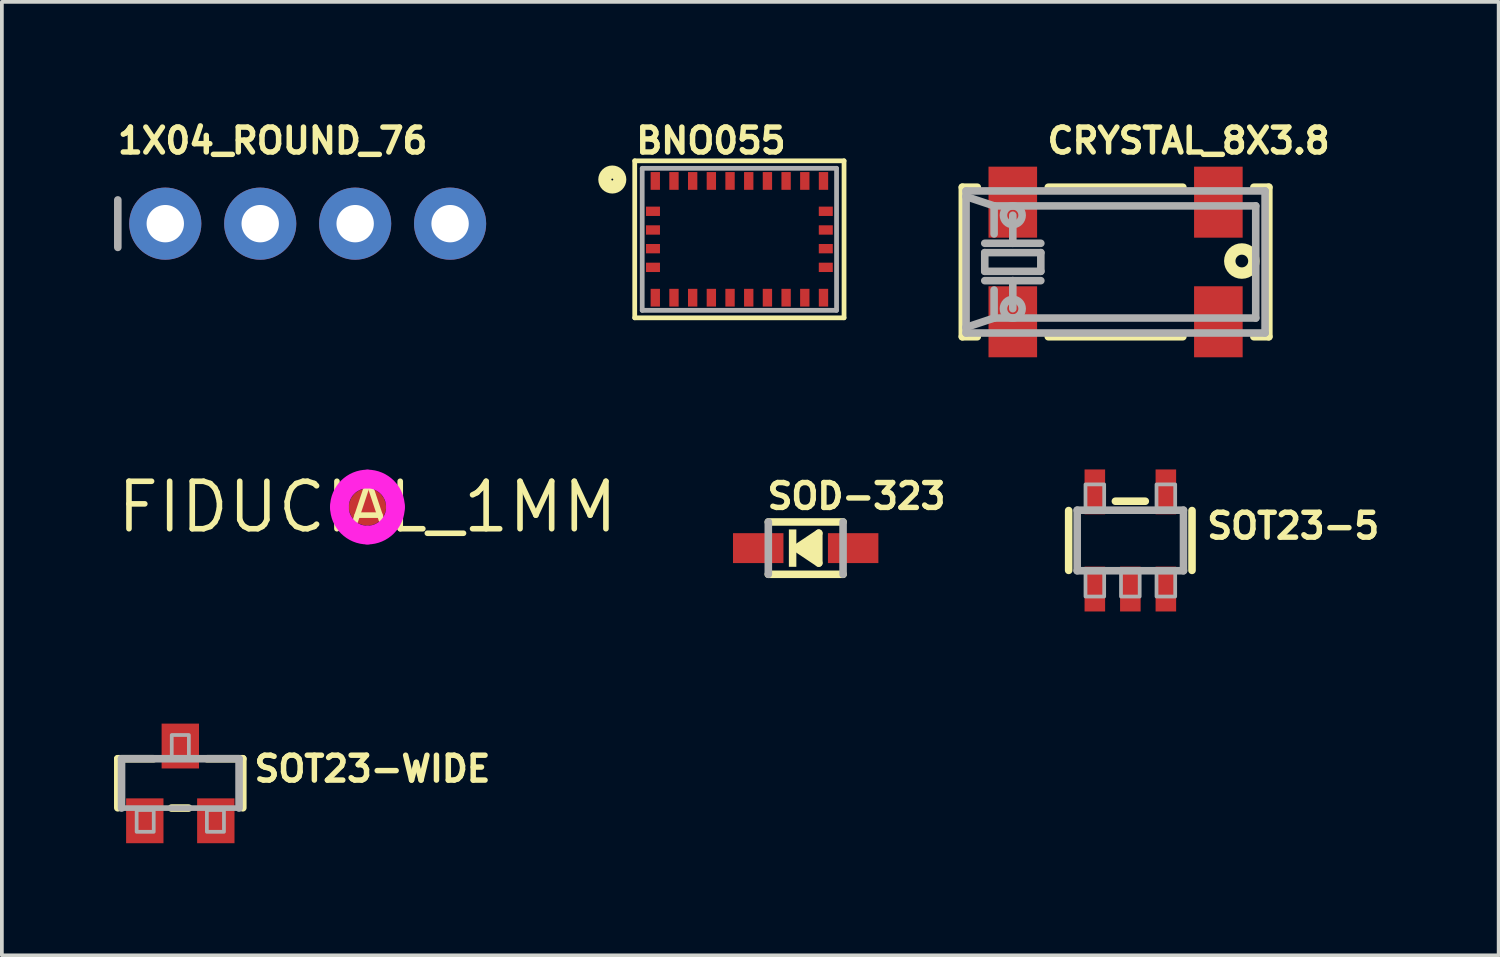
<source format=kicad_pcb>
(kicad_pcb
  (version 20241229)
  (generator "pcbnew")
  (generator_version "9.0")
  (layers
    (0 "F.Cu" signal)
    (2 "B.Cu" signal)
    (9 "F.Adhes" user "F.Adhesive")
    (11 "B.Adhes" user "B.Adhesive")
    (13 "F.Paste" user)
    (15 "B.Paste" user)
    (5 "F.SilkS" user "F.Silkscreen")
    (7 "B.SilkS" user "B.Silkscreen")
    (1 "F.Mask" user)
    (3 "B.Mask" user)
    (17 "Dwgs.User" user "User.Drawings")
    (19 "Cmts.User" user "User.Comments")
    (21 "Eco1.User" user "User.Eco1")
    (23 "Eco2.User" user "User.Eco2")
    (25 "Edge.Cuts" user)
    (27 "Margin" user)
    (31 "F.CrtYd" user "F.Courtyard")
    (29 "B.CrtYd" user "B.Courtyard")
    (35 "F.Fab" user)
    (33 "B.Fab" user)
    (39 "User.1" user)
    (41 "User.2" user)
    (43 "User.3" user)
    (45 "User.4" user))
  (footprint "BNO055"
    (layer "F.Cu")
    (at 16.732 3.353)
    (property "Reference" "BNO055" (at -2.84 -2.248 0) (layer "F.SilkS") (effects (font (size 0.666 0.666) (thickness 0.146)) (justify left bottom)))
    (fp_line (start -2.8 -2.1) (end 2.8 -2.1) (stroke (width 0.127) (type solid)) (layer "F.SilkS"))
    (fp_line (start -2.8 2.1) (end -2.8 -2.1) (stroke (width 0.127) (type solid)) (layer "F.SilkS"))
    (fp_line (start 2.8 -2.1) (end 2.8 2.1) (stroke (width 0.127) (type solid)) (layer "F.SilkS"))
    (fp_line (start 2.8 2.1) (end -2.8 2.1) (stroke (width 0.127) (type solid)) (layer "F.SilkS"))
    (fp_circle (center -3.4 -1.6) (end -3.2 -1.6) (stroke (width 0.35) (type solid)) (fill no) (layer "F.SilkS"))
    (fp_line (start -2.6 -1.9) (end 2.6 -1.9) (stroke (width 0.127) (type solid)) (layer "F.Fab"))
    (fp_line (start -2.6 1.9) (end -2.6 -1.9) (stroke (width 0.127) (type solid)) (layer "F.Fab"))
    (fp_line (start 2.6 -1.9) (end 2.6 1.9) (stroke (width 0.127) (type solid)) (layer "F.Fab"))
    (fp_line (start 2.6 1.9) (end -2.6 1.9) (stroke (width 0.127) (type solid)) (layer "F.Fab"))
    (pad "1" smd rect (at -2.25 -1.562) (size 0.25 0.475) (layers "F.Cu" "F.Mask" "F.Paste"))
    (pad "2" smd rect (at -2.312 -0.75) (size 0.375 0.25) (layers "F.Cu" "F.Mask" "F.Paste"))
    (pad "3" smd rect (at -2.312 -0.25) (size 0.375 0.25) (layers "F.Cu" "F.Mask" "F.Paste"))
    (pad "4" smd rect (at -2.312 0.25) (size 0.375 0.25) (layers "F.Cu" "F.Mask" "F.Paste"))
    (pad "5" smd rect (at -2.312 0.75) (size 0.375 0.25) (layers "F.Cu" "F.Mask" "F.Paste"))
    (pad "6" smd rect (at -2.25 1.562) (size 0.25 0.475) (layers "F.Cu" "F.Mask" "F.Paste"))
    (pad "7" smd rect (at -1.75 1.562) (size 0.25 0.475) (layers "F.Cu" "F.Mask" "F.Paste"))
    (pad "8" smd rect (at -1.25 1.562) (size 0.25 0.475) (layers "F.Cu" "F.Mask" "F.Paste"))
    (pad "9" smd rect (at -0.75 1.562) (size 0.25 0.475) (layers "F.Cu" "F.Mask" "F.Paste"))
    (pad "10" smd rect (at -0.25 1.562) (size 0.25 0.475) (layers "F.Cu" "F.Mask" "F.Paste"))
    (pad "11" smd rect (at 0.25 1.562) (size 0.25 0.475) (layers "F.Cu" "F.Mask" "F.Paste"))
    (pad "12" smd rect (at 0.75 1.562) (size 0.25 0.475) (layers "F.Cu" "F.Mask" "F.Paste"))
    (pad "13" smd rect (at 1.25 1.562) (size 0.25 0.475) (layers "F.Cu" "F.Mask" "F.Paste"))
    (pad "14" smd rect (at 1.75 1.562) (size 0.25 0.475) (layers "F.Cu" "F.Mask" "F.Paste"))
    (pad "15" smd rect (at 2.25 1.562) (size 0.25 0.475) (layers "F.Cu" "F.Mask" "F.Paste"))
    (pad "16" smd rect (at 2.312 0.75) (size 0.375 0.25) (layers "F.Cu" "F.Mask" "F.Paste"))
    (pad "17" smd rect (at 2.312 0.25) (size 0.375 0.25) (layers "F.Cu" "F.Mask" "F.Paste"))
    (pad "18" smd rect (at 2.312 -0.25) (size 0.375 0.25) (layers "F.Cu" "F.Mask" "F.Paste"))
    (pad "19" smd rect (at 2.312 -0.75) (size 0.375 0.25) (layers "F.Cu" "F.Mask" "F.Paste"))
    (pad "20" smd rect (at 2.25 -1.562) (size 0.25 0.475) (layers "F.Cu" "F.Mask" "F.Paste"))
    (pad "21" smd rect (at 1.75 -1.562) (size 0.25 0.475) (layers "F.Cu" "F.Mask" "F.Paste"))
    (pad "22" smd rect (at 1.25 -1.562) (size 0.25 0.475) (layers "F.Cu" "F.Mask" "F.Paste"))
    (pad "23" smd rect (at 0.75 -1.562) (size 0.25 0.475) (layers "F.Cu" "F.Mask" "F.Paste"))
    (pad "24" smd rect (at 0.25 -1.562) (size 0.25 0.475) (layers "F.Cu" "F.Mask" "F.Paste"))
    (pad "25" smd rect (at -0.25 -1.562) (size 0.25 0.475) (layers "F.Cu" "F.Mask" "F.Paste"))
    (pad "26" smd rect (at -0.75 -1.562) (size 0.25 0.475) (layers "F.Cu" "F.Mask" "F.Paste"))
    (pad "27" smd rect (at -1.25 -1.562) (size 0.25 0.475) (layers "F.Cu" "F.Mask" "F.Paste"))
    (pad "28" smd rect (at -1.75 -1.562) (size 0.25 0.475) (layers "F.Cu" "F.Mask" "F.Paste")))
  (footprint "SOT23-WIDE"
    (layer "F.Cu")
    (at 1.774 17.91)
    (property "Reference" "SOT23-WIDE" (at 1.905 0 0) (layer "F.SilkS") (effects (font (size 0.666 0.666) (thickness 0.146)) (justify left bottom)))
    (fp_line (start -1.672 -0.66) (end -0.714 -0.66) (stroke (width 0.203) (type solid)) (layer "F.SilkS"))
    (fp_line (start -1.672 0.652) (end -1.672 -0.66) (stroke (width 0.203) (type solid)) (layer "F.SilkS"))
    (fp_line (start 0.222 0.66) (end -0.236 0.66) (stroke (width 0.203) (type solid)) (layer "F.SilkS"))
    (fp_line (start 0.714 -0.66) (end 1.672 -0.66) (stroke (width 0.203) (type solid)) (layer "F.SilkS"))
    (fp_line (start 1.672 -0.66) (end 1.672 0.652) (stroke (width 0.203) (type solid)) (layer "F.SilkS"))
    (fp_line (start -1.572 -0.66) (end 1.572 -0.66) (stroke (width 0.203) (type solid)) (layer "F.Fab"))
    (fp_line (start -1.572 0.66) (end -1.572 -0.66) (stroke (width 0.203) (type solid)) (layer "F.Fab"))
    (fp_line (start 1.572 -0.66) (end 1.572 0.66) (stroke (width 0.203) (type solid)) (layer "F.Fab"))
    (fp_line (start 1.572 0.66) (end -1.572 0.66) (stroke (width 0.152) (type solid)) (layer "F.Fab"))
    (fp_poly (pts (xy -1.168 1.295) (xy -0.711 1.295) (xy -0.711 0.711) (xy -1.168 0.711)) (stroke (width 0.1) (type solid)) (fill no) (layer "F.Fab"))
    (fp_poly (pts (xy -0.229 -0.711) (xy 0.229 -0.711) (xy 0.229 -1.295) (xy -0.229 -1.295)) (stroke (width 0.1) (type solid)) (fill no) (layer "F.Fab"))
    (fp_poly (pts (xy 0.711 1.295) (xy 1.168 1.295) (xy 1.168 0.711) (xy 0.711 0.711)) (stroke (width 0.1) (type solid)) (fill no) (layer "F.Fab"))
    (pad "1" smd rect (at -0.95 1) (size 1 1.2) (layers "F.Cu" "F.Mask" "F.Paste"))
    (pad "2" smd rect (at 0.95 1) (size 1 1.2) (layers "F.Cu" "F.Mask" "F.Paste"))
    (pad "3" smd rect (at 0 -1) (size 1 1.2) (layers "F.Cu" "F.Mask" "F.Paste")))
  (footprint "SOT23-5"
    (layer "F.Cu")
    (at 27.192 11.41)
    (property "Reference" "SOT23-5" (at 1.978 0 0) (layer "F.SilkS") (effects (font (size 0.666 0.666) (thickness 0.146)) (justify left bottom)))
    (fp_line (start -1.65 -0.8) (end -1.65 0.8) (stroke (width 0.203) (type solid)) (layer "F.SilkS"))
    (fp_line (start -0.4 -1.05) (end 0.4 -1.05) (stroke (width 0.203) (type solid)) (layer "F.SilkS"))
    (fp_line (start 1.65 -0.8) (end 1.65 0.8) (stroke (width 0.203) (type solid)) (layer "F.SilkS"))
    (fp_line (start -1.422 -0.81) (end 1.422 -0.81) (stroke (width 0.203) (type solid)) (layer "F.Fab"))
    (fp_line (start -1.422 0.81) (end -1.422 -0.81) (stroke (width 0.203) (type solid)) (layer "F.Fab"))
    (fp_line (start 1.422 -0.81) (end 1.422 0.81) (stroke (width 0.203) (type solid)) (layer "F.Fab"))
    (fp_line (start 1.422 0.81) (end -1.422 0.81) (stroke (width 0.203) (type solid)) (layer "F.Fab"))
    (fp_poly (pts (xy -1.2 -0.85) (xy -0.7 -0.85) (xy -0.7 -1.5) (xy -1.2 -1.5)) (stroke (width 0.1) (type solid)) (fill no) (layer "F.Fab"))
    (fp_poly (pts (xy -1.2 1.5) (xy -0.7 1.5) (xy -0.7 0.85) (xy -1.2 0.85)) (stroke (width 0.1) (type solid)) (fill no) (layer "F.Fab"))
    (fp_poly (pts (xy -0.25 1.5) (xy 0.25 1.5) (xy 0.25 0.85) (xy -0.25 0.85)) (stroke (width 0.1) (type solid)) (fill no) (layer "F.Fab"))
    (fp_poly (pts (xy 0.7 -0.85) (xy 1.2 -0.85) (xy 1.2 -1.5) (xy 0.7 -1.5)) (stroke (width 0.1) (type solid)) (fill no) (layer "F.Fab"))
    (fp_poly (pts (xy 0.7 1.5) (xy 1.2 1.5) (xy 1.2 0.85) (xy 0.7 0.85)) (stroke (width 0.1) (type solid)) (fill no) (layer "F.Fab"))
    (pad "1" smd rect (at -0.95 1.3) (size 0.55 1.2) (layers "F.Cu" "F.Mask" "F.Paste"))
    (pad "2" smd rect (at 0 1.3) (size 0.55 1.2) (layers "F.Cu" "F.Mask" "F.Paste"))
    (pad "3" smd rect (at 0.95 1.3) (size 0.55 1.2) (layers "F.Cu" "F.Mask" "F.Paste"))
    (pad "4" smd rect (at 0.95 -1.3) (size 0.55 1.2) (layers "F.Cu" "F.Mask" "F.Paste"))
    (pad "5" smd rect (at -0.95 -1.3) (size 0.55 1.2) (layers "F.Cu" "F.Mask" "F.Paste")))
  (footprint "CRYSTAL_8X3.8"
    (layer "F.Cu")
    (at 26.797 3.959)
    (property "Reference" "CRYSTAL_8X3.8" (at -1.9 -2.854 0) (layer "F.SilkS") (effects (font (size 0.666 0.666) (thickness 0.146)) (justify left bottom)))
    (fp_line (start -4.1 -2) (end -4.1 2) (stroke (width 0.203) (type solid)) (layer "F.SilkS"))
    (fp_line (start -4.1 2) (end -3.7 2) (stroke (width 0.203) (type solid)) (layer "F.SilkS"))
    (fp_line (start -3.7 -2) (end -4.1 -2) (stroke (width 0.203) (type solid)) (layer "F.SilkS"))
    (fp_line (start -1.8 -2) (end 1.8 -2) (stroke (width 0.203) (type solid)) (layer "F.SilkS"))
    (fp_line (start -1.8 2) (end 1.8 2) (stroke (width 0.203) (type solid)) (layer "F.SilkS"))
    (fp_line (start 3.7 -2) (end 4.1 -2) (stroke (width 0.203) (type solid)) (layer "F.SilkS"))
    (fp_line (start 4.1 -2) (end 4.1 2) (stroke (width 0.203) (type solid)) (layer "F.SilkS"))
    (fp_line (start 4.1 2) (end 3.7 2) (stroke (width 0.203) (type solid)) (layer "F.SilkS"))
    (fp_circle (center 3.378 -0.025) (end 3.701 -0.025) (stroke (width 0.305) (type solid)) (fill no) (layer "F.SilkS"))
    (fp_line (start -4 -1.9) (end 4 -1.9) (stroke (width 0.203) (type solid)) (layer "F.Fab"))
    (fp_line (start -4 -1.75) (end -4 -1.9) (stroke (width 0.203) (type solid)) (layer "F.Fab"))
    (fp_line (start -4 -1.75) (end -3.25 -1.5) (stroke (width 0.203) (type solid)) (layer "F.Fab"))
    (fp_line (start -4 1.75) (end -4 -1.75) (stroke (width 0.203) (type solid)) (layer "F.Fab"))
    (fp_line (start -4 1.75) (end -3.25 1.5) (stroke (width 0.203) (type solid)) (layer "F.Fab"))
    (fp_line (start -4 1.9) (end -4 1.75) (stroke (width 0.203) (type solid)) (layer "F.Fab"))
    (fp_line (start -3.5 -0.5) (end -2.75 -0.5) (stroke (width 0.203) (type solid)) (layer "F.Fab"))
    (fp_line (start -3.5 -0.25) (end -2 -0.25) (stroke (width 0.203) (type solid)) (layer "F.Fab"))
    (fp_line (start -3.5 0.25) (end -3.5 -0.25) (stroke (width 0.203) (type solid)) (layer "F.Fab"))
    (fp_line (start -3.5 0.5) (end -2.75 0.5) (stroke (width 0.203) (type solid)) (layer "F.Fab"))
    (fp_line (start -3.25 -1.5) (end -3.25 -0.75) (stroke (width 0.203) (type solid)) (layer "F.Fab"))
    (fp_line (start -3.25 -1.5) (end 3.75 -1.5) (stroke (width 0.203) (type solid)) (layer "F.Fab"))
    (fp_line (start -3.25 1.5) (end -3.25 0.75) (stroke (width 0.203) (type solid)) (layer "F.Fab"))
    (fp_line (start -2.75 -0.5) (end -2.75 -1.25) (stroke (width 0.203) (type solid)) (layer "F.Fab"))
    (fp_line (start -2.75 -0.5) (end -2 -0.5) (stroke (width 0.203) (type solid)) (layer "F.Fab"))
    (fp_line (start -2.75 0.5) (end -2.75 1.25) (stroke (width 0.203) (type solid)) (layer "F.Fab"))
    (fp_line (start -2.75 0.5) (end -2 0.5) (stroke (width 0.203) (type solid)) (layer "F.Fab"))
    (fp_line (start -2 -0.25) (end -2 0.25) (stroke (width 0.203) (type solid)) (layer "F.Fab"))
    (fp_line (start -2 0.25) (end -3.5 0.25) (stroke (width 0.203) (type solid)) (layer "F.Fab"))
    (fp_line (start 3.75 -1.5) (end 3.75 1.5) (stroke (width 0.203) (type solid)) (layer "F.Fab"))
    (fp_line (start 3.75 1.5) (end -3.25 1.5) (stroke (width 0.203) (type solid)) (layer "F.Fab"))
    (fp_line (start 4 -1.9) (end 4 1.9) (stroke (width 0.203) (type solid)) (layer "F.Fab"))
    (fp_line (start 4 1.9) (end -4 1.9) (stroke (width 0.203) (type solid)) (layer "F.Fab"))
    (fp_circle (center -2.75 -1.25) (end -2.5 -1.25) (stroke (width 0.203) (type solid)) (fill no) (layer "F.Fab"))
    (fp_circle (center -2.75 1.25) (end -2.5 1.25) (stroke (width 0.203) (type solid)) (fill no) (layer "F.Fab"))
    (pad "P$1" smd rect (at -2.75 1.6) (size 1.3 1.9) (layers "F.Cu" "F.Mask" "F.Paste"))
    (pad "P$2" smd rect (at 2.75 1.6) (size 1.3 1.9) (layers "F.Cu" "F.Mask" "F.Paste"))
    (pad "P$3" smd rect (at 2.75 -1.6) (size 1.3 1.9) (layers "F.Cu" "F.Mask" "F.Paste"))
    (pad "P$4" smd rect (at -2.75 -1.6) (size 1.3 1.9) (layers "F.Cu" "F.Mask" "F.Paste")))
  (footprint "FIDUCIAL_1MM"
    (layer "F.Cu")
    (at 6.781 10.516)
    (property "Reference" "FIDUCIAL_1MM" (at 0 0 0) (layer "F.SilkS") (effects (font (size 1.27 1.27) (thickness 0.15))))
    (fp_arc (start -0.75 0) (mid -0.53033 -0.53033) (end 0 -0.75) (stroke (width 0.5) (type solid)) (layer "F.Mask"))
    (fp_arc (start 0 -0.75) (mid 0.53033 -0.53033) (end 0.75 0) (stroke (width 0.5) (type solid)) (layer "F.Mask"))
    (fp_arc (start 0 0.75) (mid -0.53033 0.53033) (end -0.75 0) (stroke (width 0.5) (type solid)) (layer "F.Mask"))
    (fp_arc (start 0.75 0) (mid 0.53033 0.53033) (end 0 0.75) (stroke (width 0.5) (type solid)) (layer "F.Mask"))
    (fp_arc (start -0.75 0) (mid -0.53033 -0.53033) (end 0 -0.75) (stroke (width 0.5) (type solid)) (layer "F.CrtYd"))
    (fp_arc (start 0 -0.75) (mid 0.53033 -0.53033) (end 0.75 0) (stroke (width 0.5) (type solid)) (layer "F.CrtYd"))
    (fp_arc (start 0 0.75) (mid -0.53033 0.53033) (end -0.75 0) (stroke (width 0.5) (type solid)) (layer "F.CrtYd"))
    (fp_arc (start 0.75 0) (mid 0.53033 0.53033) (end 0 0.75) (stroke (width 0.5) (type solid)) (layer "F.CrtYd"))
    (pad "1" smd roundrect (at 0 0) (size 1 1) (layers "F.Cu" "F.Mask") (roundrect_rratio 0.5)))
  (footprint "1X04_ROUND_76"
    (layer "F.Cu")
    (at 5.182 2.934)
    (property "Reference" "1X04_ROUND_76" (at -5.156 -1.829 0) (layer "F.SilkS") (effects (font (size 0.666 0.666) (thickness 0.146)) (justify left bottom)))
    (fp_line (start -5.08 -0.635) (end -5.08 0.635) (stroke (width 0.203) (type solid)) (layer "F.Fab"))
    (fp_poly (pts (xy -4.064 0.254) (xy -3.556 0.254) (xy -3.556 -0.254) (xy -4.064 -0.254)) (stroke (width 0.1) (type solid)) (fill no) (layer "F.Fab"))
    (fp_poly (pts (xy -1.524 0.254) (xy -1.016 0.254) (xy -1.016 -0.254) (xy -1.524 -0.254)) (stroke (width 0.1) (type solid)) (fill no) (layer "F.Fab"))
    (fp_poly (pts (xy 1.016 0.254) (xy 1.524 0.254) (xy 1.524 -0.254) (xy 1.016 -0.254)) (stroke (width 0.1) (type solid)) (fill no) (layer "F.Fab"))
    (fp_poly (pts (xy 3.556 0.254) (xy 4.064 0.254) (xy 4.064 -0.254) (xy 3.556 -0.254)) (stroke (width 0.1) (type solid)) (fill no) (layer "F.Fab"))
    (pad "1" thru_hole circle (at -3.81 0 90) (size 1.93 1.93) (drill 1) (layers "*.Cu" "*.Mask"))
    (pad "2" thru_hole circle (at -1.27 0 90) (size 1.93 1.93) (drill 1) (layers "*.Cu" "*.Mask"))
    (pad "3" thru_hole circle (at 1.27 0 90) (size 1.93 1.93) (drill 1) (layers "*.Cu" "*.Mask"))
    (pad "4" thru_hole circle (at 3.81 0 90) (size 1.93 1.93) (drill 1) (layers "*.Cu" "*.Mask")))
  (footprint "SOD-323"
    (layer "F.Cu")
    (at 18.506 11.615)
    (property "Reference" "SOD-323" (at -1.1 -1 0) (layer "F.SilkS") (effects (font (size 0.666 0.666) (thickness 0.146)) (justify left bottom)))
    (fp_line (start -1 -0.7) (end 1 -0.7) (stroke (width 0.203) (type solid)) (layer "F.SilkS"))
    (fp_line (start -0.25 0) (end 0.35 -0.4) (stroke (width 0.203) (type solid)) (layer "F.SilkS"))
    (fp_line (start 0.35 -0.4) (end 0.35 0.4) (stroke (width 0.203) (type solid)) (layer "F.SilkS"))
    (fp_line (start 0.35 0.4) (end -0.25 0) (stroke (width 0.203) (type solid)) (layer "F.SilkS"))
    (fp_line (start 1 0.7) (end -1 0.7) (stroke (width 0.203) (type solid)) (layer "F.SilkS"))
    (fp_poly (pts (xy 0.302 0.39) (xy -0.283 0) (xy 0.302 -0.39)) (stroke (width 0) (type solid)) (fill yes) (layer "F.SilkS"))
    (fp_poly (pts (xy -0.45 0.5) (xy -0.25 0.5) (xy -0.25 -0.5) (xy -0.45 -0.5)) (stroke (width 0) (type solid)) (fill yes) (layer "F.SilkS"))
    (fp_line (start -1 0.7) (end -1 -0.7) (stroke (width 0.203) (type solid)) (layer "F.Fab"))
    (fp_line (start 1 -0.7) (end 1 0.7) (stroke (width 0.203) (type solid)) (layer "F.Fab"))
    (pad "A" smd rect (at 1.27 0) (size 1.35 0.8) (layers "F.Cu" "F.Mask" "F.Paste"))
    (pad "C" smd rect (at -1.27 0) (size 1.35 0.8) (layers "F.Cu" "F.Mask" "F.Paste")))
  (gr_rect
    (start -3 -3)
    (end 37.046 22.51)
    (stroke (width 0.1) (type default))
    (fill no)
    (layer "Edge.Cuts")))
</source>
